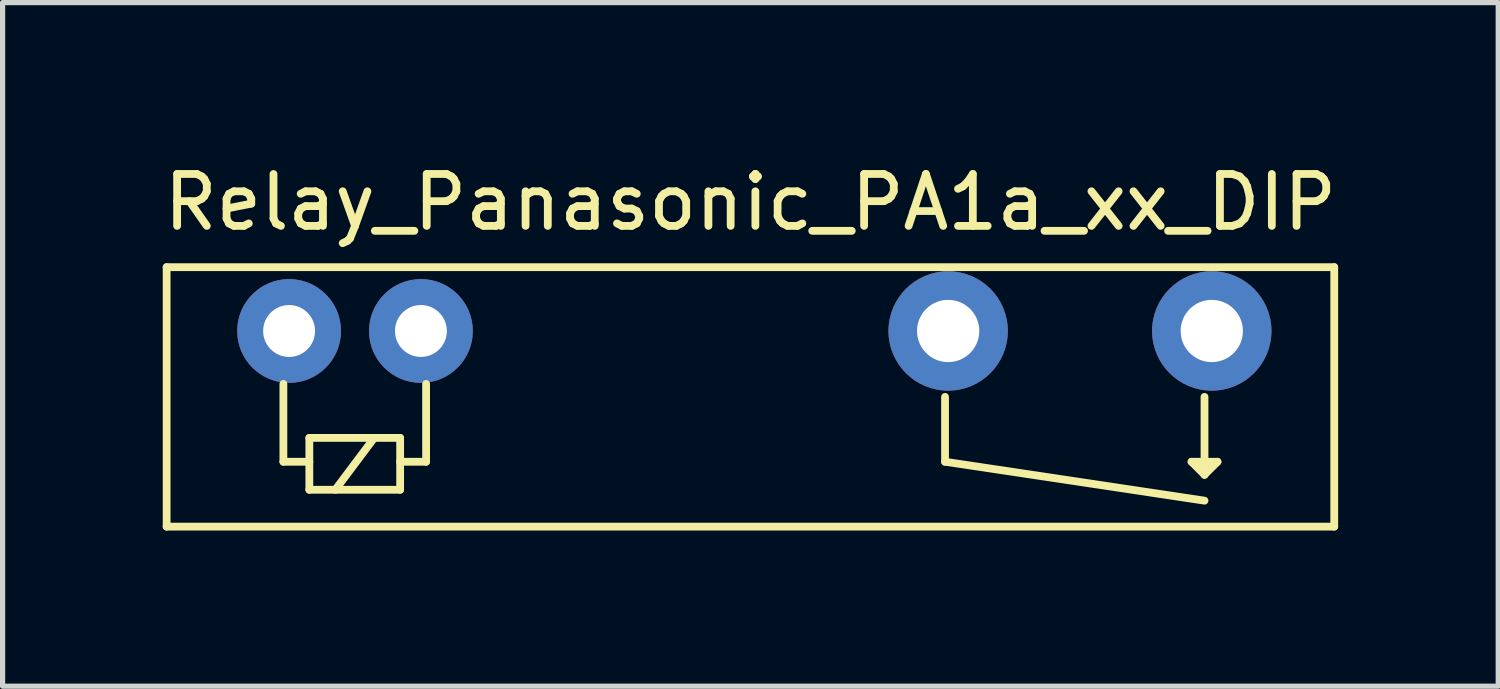
<source format=kicad_pcb>
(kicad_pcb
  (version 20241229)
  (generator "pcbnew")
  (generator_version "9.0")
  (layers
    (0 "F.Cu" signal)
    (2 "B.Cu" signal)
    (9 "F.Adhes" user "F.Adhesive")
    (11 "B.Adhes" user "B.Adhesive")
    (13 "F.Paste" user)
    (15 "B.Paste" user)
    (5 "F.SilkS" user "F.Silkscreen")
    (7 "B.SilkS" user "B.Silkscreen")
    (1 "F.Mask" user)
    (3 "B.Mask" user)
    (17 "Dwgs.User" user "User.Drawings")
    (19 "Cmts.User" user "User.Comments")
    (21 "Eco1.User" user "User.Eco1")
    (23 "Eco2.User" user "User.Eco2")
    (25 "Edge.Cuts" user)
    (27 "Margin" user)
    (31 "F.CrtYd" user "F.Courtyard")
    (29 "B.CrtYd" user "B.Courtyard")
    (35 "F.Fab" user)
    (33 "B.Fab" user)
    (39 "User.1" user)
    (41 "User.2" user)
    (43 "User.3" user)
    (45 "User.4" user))
  (footprint "Relay_Panasonic_PA1a_xx_DIP"
    (layer "F.Cu")
    (at 11.411 4.598)
    (property "Reference" "Relay_Panasonic_PA1a_xx_DIP" (at 0 -3.75 0) (layer "F.SilkS") (effects (font (size 1 1) (thickness 0.15))))
    (attr through_hole)
    (fp_line (start -11.25 -2.5) (end 11.25 -2.5) (stroke (width 0.15) (type solid)) (layer "F.SilkS"))
    (fp_line (start -11.25 2.5) (end -11.25 -2.5) (stroke (width 0.15) (type solid)) (layer "F.SilkS"))
    (fp_line (start -9 -0.25) (end -9 1.25) (stroke (width 0.15) (type solid)) (layer "F.SilkS"))
    (fp_line (start -9 1.25) (end -8.5 1.25) (stroke (width 0.15) (type solid)) (layer "F.SilkS"))
    (fp_line (start -8.5 0.79) (end -8.5 1.79) (stroke (width 0.15) (type solid)) (layer "F.SilkS"))
    (fp_line (start -8.5 1.79) (end -6.75 1.79) (stroke (width 0.15) (type solid)) (layer "F.SilkS"))
    (fp_line (start -8 1.79) (end -7.25 0.79) (stroke (width 0.15) (type solid)) (layer "F.SilkS"))
    (fp_line (start -6.75 0.79) (end -8.5 0.79) (stroke (width 0.15) (type solid)) (layer "F.SilkS"))
    (fp_line (start -6.75 1.79) (end -6.75 0.79) (stroke (width 0.15) (type solid)) (layer "F.SilkS"))
    (fp_line (start -6.25 -0.25) (end -6.25 1.25) (stroke (width 0.15) (type solid)) (layer "F.SilkS"))
    (fp_line (start -6.25 1.25) (end -6.75 1.25) (stroke (width 0.15) (type solid)) (layer "F.SilkS"))
    (fp_line (start 3.75 0) (end 3.75 1.25) (stroke (width 0.15) (type solid)) (layer "F.SilkS"))
    (fp_line (start 3.75 1.25) (end 8.75 2) (stroke (width 0.15) (type solid)) (layer "F.SilkS"))
    (fp_line (start 8.5 1.25) (end 9 1.25) (stroke (width 0.15) (type solid)) (layer "F.SilkS"))
    (fp_line (start 8.75 0) (end 8.75 1.5) (stroke (width 0.15) (type solid)) (layer "F.SilkS"))
    (fp_line (start 8.75 1.5) (end 8.5 1.25) (stroke (width 0.15) (type solid)) (layer "F.SilkS"))
    (fp_line (start 9 1.25) (end 8.75 1.5) (stroke (width 0.15) (type solid)) (layer "F.SilkS"))
    (fp_line (start 11.25 -2.5) (end 11.25 2.5) (stroke (width 0.15) (type solid)) (layer "F.SilkS"))
    (fp_line (start 11.25 2.5) (end -11.25 2.5) (stroke (width 0.15) (type solid)) (layer "F.SilkS"))
    (pad "1" thru_hole circle (at -8.89 -1.27) (size 2 2) (drill 1) (layers "*.Cu" "*.Mask"))
    (pad "2" thru_hole circle (at -6.35 -1.27) (size 2 2) (drill 1) (layers "*.Cu" "*.Mask"))
    (pad "5" thru_hole circle (at 3.81 -1.27) (size 2.3 2.3) (drill 1.2) (layers "*.Cu" "*.Mask"))
    (pad "6" thru_hole circle (at 8.89 -1.27) (size 2.3 2.3) (drill 1.2) (layers "*.Cu" "*.Mask")))
  (gr_rect
    (start -3 -3)
    (end 25.821 10.173)
    (stroke (width 0.1) (type default))
    (fill no)
    (layer "Edge.Cuts")))
</source>
